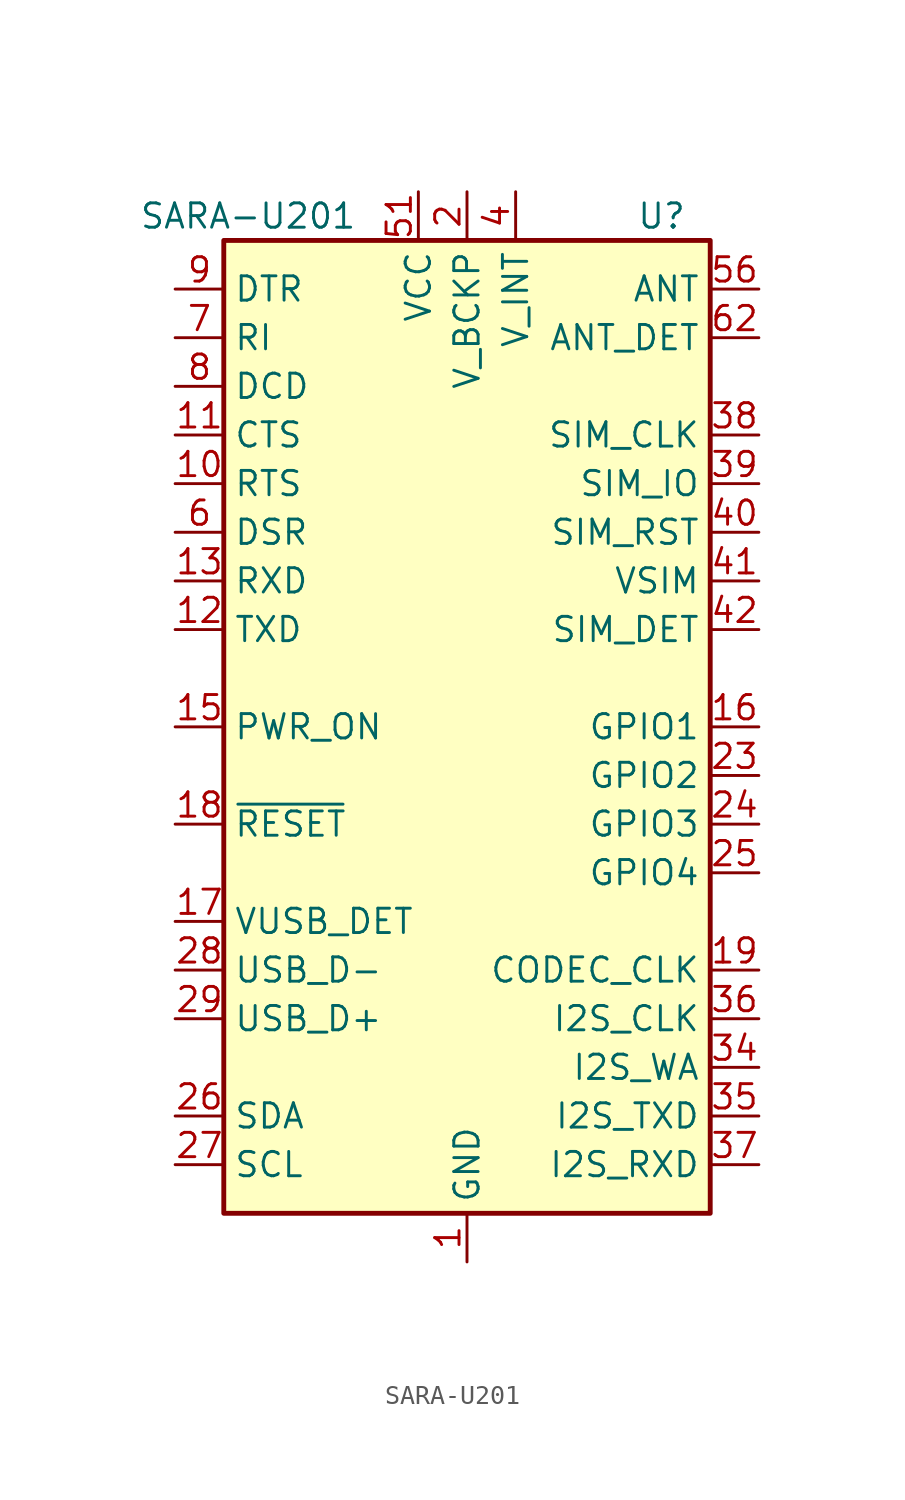
<source format=kicad_sym>
(kicad_symbol_lib
  (version 20200908)
  (generator kicad_symbol_editor)
  (symbol "RF_GSM:SARA-U201"
    (property "Reference" "U"
      (at 10.16 26.67 0)
      (effects (font (size 1.27 1.27))))
    (property "Value" "SARA-U201"
      (at -11.43 26.67 0)
      (effects (font (size 1.27 1.27))))
    (symbol "SARA-U201_0_1"
      (rectangle (start -12.7 25.4) (end 12.7 -25.4) (stroke (width 0.254)) (fill (type background))))
    (symbol "SARA-U201_1_1"
      (pin power_in line (at 0 -27.94 90) (length 2.54) (name "GND" (effects (font (size 1.27 1.27)))) (number "1" (effects (font (size 1.27 1.27)))))
      (pin input line (at -15.24 12.7 0) (length 2.54) (name "RTS" (effects (font (size 1.27 1.27)))) (number "10" (effects (font (size 1.27 1.27)))))
      (pin output line (at -15.24 15.24 0) (length 2.54) (name "CTS" (effects (font (size 1.27 1.27)))) (number "11" (effects (font (size 1.27 1.27)))))
      (pin input line (at -15.24 5.08 0) (length 2.54) (name "TXD" (effects (font (size 1.27 1.27)))) (number "12" (effects (font (size 1.27 1.27)))))
      (pin output line (at -15.24 7.62 0) (length 2.54) (name "RXD" (effects (font (size 1.27 1.27)))) (number "13" (effects (font (size 1.27 1.27)))))
      (pin passive line (at 0 -27.94 90) (length 2.54) hide (name "GND" (effects (font (size 1.27 1.27)))) (number "14" (effects (font (size 1.27 1.27)))))
      (pin input line (at -15.24 0 0) (length 2.54) (name "PWR_ON" (effects (font (size 1.27 1.27)))) (number "15" (effects (font (size 1.27 1.27)))))
      (pin bidirectional line (at 15.24 0 180) (length 2.54) (name "GPIO1" (effects (font (size 1.27 1.27)))) (number "16" (effects (font (size 1.27 1.27)))))
      (pin input line (at -15.24 -10.16 0) (length 2.54) (name "VUSB_DET" (effects (font (size 1.27 1.27)))) (number "17" (effects (font (size 1.27 1.27)))))
      (pin input line (at -15.24 -5.08 0) (length 2.54) (name "~RESET" (effects (font (size 1.27 1.27)))) (number "18" (effects (font (size 1.27 1.27)))))
      (pin output line (at 15.24 -12.7 180) (length 2.54) (name "CODEC_CLK" (effects (font (size 1.27 1.27)))) (number "19" (effects (font (size 1.27 1.27)))))
      (pin power_out line (at 0 27.94 270) (length 2.54) (name "V_BCKP" (effects (font (size 1.27 1.27)))) (number "2" (effects (font (size 1.27 1.27)))))
      (pin passive line (at 0 -27.94 90) (length 2.54) hide (name "GND" (effects (font (size 1.27 1.27)))) (number "20" (effects (font (size 1.27 1.27)))))
      (pin passive line (at 0 -27.94 90) (length 2.54) hide (name "GND" (effects (font (size 1.27 1.27)))) (number "21" (effects (font (size 1.27 1.27)))))
      (pin passive line (at 0 -27.94 90) (length 2.54) hide (name "GND" (effects (font (size 1.27 1.27)))) (number "22" (effects (font (size 1.27 1.27)))))
      (pin bidirectional line (at 15.24 -2.54 180) (length 2.54) (name "GPIO2" (effects (font (size 1.27 1.27)))) (number "23" (effects (font (size 1.27 1.27)))))
      (pin bidirectional line (at 15.24 -5.08 180) (length 2.54) (name "GPIO3" (effects (font (size 1.27 1.27)))) (number "24" (effects (font (size 1.27 1.27)))))
      (pin bidirectional line (at 15.24 -7.62 180) (length 2.54) (name "GPIO4" (effects (font (size 1.27 1.27)))) (number "25" (effects (font (size 1.27 1.27)))))
      (pin bidirectional line (at -15.24 -20.32 0) (length 2.54) (name "SDA" (effects (font (size 1.27 1.27)))) (number "26" (effects (font (size 1.27 1.27)))))
      (pin output line (at -15.24 -22.86 0) (length 2.54) (name "SCL" (effects (font (size 1.27 1.27)))) (number "27" (effects (font (size 1.27 1.27)))))
      (pin bidirectional line (at -15.24 -12.7 0) (length 2.54) (name "USB_D-" (effects (font (size 1.27 1.27)))) (number "28" (effects (font (size 1.27 1.27)))))
      (pin bidirectional line (at -15.24 -15.24 0) (length 2.54) (name "USB_D+" (effects (font (size 1.27 1.27)))) (number "29" (effects (font (size 1.27 1.27)))))
      (pin passive line (at 0 -27.94 90) (length 2.54) hide (name "GND" (effects (font (size 1.27 1.27)))) (number "3" (effects (font (size 1.27 1.27)))))
      (pin passive line (at 0 -27.94 90) (length 2.54) hide (name "GND" (effects (font (size 1.27 1.27)))) (number "30" (effects (font (size 1.27 1.27)))))
      (pin unconnected line (at -12.7 2.54 0) (length 2.54) hide (name "RSVD" (effects (font (size 1.27 1.27)))) (number "31" (effects (font (size 1.27 1.27)))))
      (pin passive line (at 0 -27.94 90) (length 2.54) hide (name "GND" (effects (font (size 1.27 1.27)))) (number "32" (effects (font (size 1.27 1.27)))))
      (pin unconnected line (at -12.7 -2.54 0) (length 2.54) hide (name "RSVD" (effects (font (size 1.27 1.27)))) (number "33" (effects (font (size 1.27 1.27)))))
      (pin bidirectional line (at 15.24 -17.78 180) (length 2.54) (name "I2S_WA" (effects (font (size 1.27 1.27)))) (number "34" (effects (font (size 1.27 1.27)))))
      (pin output line (at 15.24 -20.32 180) (length 2.54) (name "I2S_TXD" (effects (font (size 1.27 1.27)))) (number "35" (effects (font (size 1.27 1.27)))))
      (pin output line (at 15.24 -15.24 180) (length 2.54) (name "I2S_CLK" (effects (font (size 1.27 1.27)))) (number "36" (effects (font (size 1.27 1.27)))))
      (pin input line (at 15.24 -22.86 180) (length 2.54) (name "I2S_RXD" (effects (font (size 1.27 1.27)))) (number "37" (effects (font (size 1.27 1.27)))))
      (pin output line (at 15.24 15.24 180) (length 2.54) (name "SIM_CLK" (effects (font (size 1.27 1.27)))) (number "38" (effects (font (size 1.27 1.27)))))
      (pin bidirectional line (at 15.24 12.7 180) (length 2.54) (name "SIM_IO" (effects (font (size 1.27 1.27)))) (number "39" (effects (font (size 1.27 1.27)))))
      (pin power_out line (at 2.54 27.94 270) (length 2.54) (name "V_INT" (effects (font (size 1.27 1.27)))) (number "4" (effects (font (size 1.27 1.27)))))
      (pin output line (at 15.24 10.16 180) (length 2.54) (name "SIM_RST" (effects (font (size 1.27 1.27)))) (number "40" (effects (font (size 1.27 1.27)))))
      (pin power_out line (at 15.24 7.62 180) (length 2.54) (name "VSIM" (effects (font (size 1.27 1.27)))) (number "41" (effects (font (size 1.27 1.27)))))
      (pin input line (at 15.24 5.08 180) (length 2.54) (name "SIM_DET" (effects (font (size 1.27 1.27)))) (number "42" (effects (font (size 1.27 1.27)))))
      (pin passive line (at 0 -27.94 90) (length 2.54) hide (name "GND" (effects (font (size 1.27 1.27)))) (number "43" (effects (font (size 1.27 1.27)))))
      (pin unconnected line (at -12.7 -7.62 0) (length 2.54) hide (name "RSVD" (effects (font (size 1.27 1.27)))) (number "44" (effects (font (size 1.27 1.27)))))
      (pin unconnected line (at -12.7 -17.78 0) (length 2.54) hide (name "RSVD" (effects (font (size 1.27 1.27)))) (number "45" (effects (font (size 1.27 1.27)))))
      (pin unconnected line (at -2.54 -25.4 90) (length 2.54) hide (name "RSVD" (effects (font (size 1.27 1.27)))) (number "46" (effects (font (size 1.27 1.27)))))
      (pin unconnected line (at 12.7 -10.16 180) (length 2.54) hide (name "RSVD" (effects (font (size 1.27 1.27)))) (number "47" (effects (font (size 1.27 1.27)))))
      (pin unconnected line (at 12.7 2.54 180) (length 2.54) hide (name "RSVD" (effects (font (size 1.27 1.27)))) (number "48" (effects (font (size 1.27 1.27)))))
      (pin unconnected line (at 12.7 17.78 180) (length 2.54) hide (name "RSVD" (effects (font (size 1.27 1.27)))) (number "49" (effects (font (size 1.27 1.27)))))
      (pin passive line (at 0 -27.94 90) (length 2.54) hide (name "GND" (effects (font (size 1.27 1.27)))) (number "5" (effects (font (size 1.27 1.27)))))
      (pin passive line (at 0 -27.94 90) (length 2.54) hide (name "GND" (effects (font (size 1.27 1.27)))) (number "50" (effects (font (size 1.27 1.27)))))
      (pin power_in line (at -2.54 27.94 270) (length 2.54) (name "VCC" (effects (font (size 1.27 1.27)))) (number "51" (effects (font (size 1.27 1.27)))))
      (pin passive line (at -2.54 27.94 270) (length 2.54) hide (name "VCC" (effects (font (size 1.27 1.27)))) (number "52" (effects (font (size 1.27 1.27)))))
      (pin passive line (at -2.54 27.94 270) (length 2.54) hide (name "VCC" (effects (font (size 1.27 1.27)))) (number "53" (effects (font (size 1.27 1.27)))))
      (pin passive line (at 0 -27.94 90) (length 2.54) hide (name "GND" (effects (font (size 1.27 1.27)))) (number "54" (effects (font (size 1.27 1.27)))))
      (pin passive line (at 0 -27.94 90) (length 2.54) hide (name "GND" (effects (font (size 1.27 1.27)))) (number "55" (effects (font (size 1.27 1.27)))))
      (pin passive line (at 15.24 22.86 180) (length 2.54) (name "ANT" (effects (font (size 1.27 1.27)))) (number "56" (effects (font (size 1.27 1.27)))))
      (pin passive line (at 0 -27.94 90) (length 2.54) hide (name "GND" (effects (font (size 1.27 1.27)))) (number "57" (effects (font (size 1.27 1.27)))))
      (pin passive line (at 0 -27.94 90) (length 2.54) hide (name "GND" (effects (font (size 1.27 1.27)))) (number "58" (effects (font (size 1.27 1.27)))))
      (pin passive line (at 0 -27.94 90) (length 2.54) hide (name "GND" (effects (font (size 1.27 1.27)))) (number "59" (effects (font (size 1.27 1.27)))))
      (pin output line (at -15.24 10.16 0) (length 2.54) (name "DSR" (effects (font (size 1.27 1.27)))) (number "6" (effects (font (size 1.27 1.27)))))
      (pin passive line (at 0 -27.94 90) (length 2.54) hide (name "GND" (effects (font (size 1.27 1.27)))) (number "60" (effects (font (size 1.27 1.27)))))
      (pin passive line (at 0 -27.94 90) (length 2.54) hide (name "GND" (effects (font (size 1.27 1.27)))) (number "61" (effects (font (size 1.27 1.27)))))
      (pin input line (at 15.24 20.32 180) (length 2.54) (name "ANT_DET" (effects (font (size 1.27 1.27)))) (number "62" (effects (font (size 1.27 1.27)))))
      (pin passive line (at 0 -27.94 90) (length 2.54) hide (name "GND" (effects (font (size 1.27 1.27)))) (number "63" (effects (font (size 1.27 1.27)))))
      (pin passive line (at 0 -27.94 90) (length 2.54) hide (name "GND" (effects (font (size 1.27 1.27)))) (number "64" (effects (font (size 1.27 1.27)))))
      (pin passive line (at 0 -27.94 90) (length 2.54) hide (name "GND" (effects (font (size 1.27 1.27)))) (number "65" (effects (font (size 1.27 1.27)))))
      (pin passive line (at 0 -27.94 90) (length 2.54) hide (name "GND" (effects (font (size 1.27 1.27)))) (number "66" (effects (font (size 1.27 1.27)))))
      (pin passive line (at 0 -27.94 90) (length 2.54) hide (name "GND" (effects (font (size 1.27 1.27)))) (number "67" (effects (font (size 1.27 1.27)))))
      (pin passive line (at 0 -27.94 90) (length 2.54) hide (name "GND" (effects (font (size 1.27 1.27)))) (number "68" (effects (font (size 1.27 1.27)))))
      (pin passive line (at 0 -27.94 90) (length 2.54) hide (name "GND" (effects (font (size 1.27 1.27)))) (number "69" (effects (font (size 1.27 1.27)))))
      (pin output line (at -15.24 20.32 0) (length 2.54) (name "RI" (effects (font (size 1.27 1.27)))) (number "7" (effects (font (size 1.27 1.27)))))
      (pin passive line (at 0 -27.94 90) (length 2.54) hide (name "GND" (effects (font (size 1.27 1.27)))) (number "70" (effects (font (size 1.27 1.27)))))
      (pin passive line (at 0 -27.94 90) (length 2.54) hide (name "GND" (effects (font (size 1.27 1.27)))) (number "71" (effects (font (size 1.27 1.27)))))
      (pin passive line (at 0 -27.94 90) (length 2.54) hide (name "GND" (effects (font (size 1.27 1.27)))) (number "72" (effects (font (size 1.27 1.27)))))
      (pin passive line (at 0 -27.94 90) (length 2.54) hide (name "GND" (effects (font (size 1.27 1.27)))) (number "73" (effects (font (size 1.27 1.27)))))
      (pin passive line (at 0 -27.94 90) (length 2.54) hide (name "GND" (effects (font (size 1.27 1.27)))) (number "74" (effects (font (size 1.27 1.27)))))
      (pin passive line (at 0 -27.94 90) (length 2.54) hide (name "GND" (effects (font (size 1.27 1.27)))) (number "75" (effects (font (size 1.27 1.27)))))
      (pin passive line (at 0 -27.94 90) (length 2.54) hide (name "GND" (effects (font (size 1.27 1.27)))) (number "76" (effects (font (size 1.27 1.27)))))
      (pin passive line (at 0 -27.94 90) (length 2.54) hide (name "GND" (effects (font (size 1.27 1.27)))) (number "77" (effects (font (size 1.27 1.27)))))
      (pin passive line (at 0 -27.94 90) (length 2.54) hide (name "GND" (effects (font (size 1.27 1.27)))) (number "78" (effects (font (size 1.27 1.27)))))
      (pin passive line (at 0 -27.94 90) (length 2.54) hide (name "GND" (effects (font (size 1.27 1.27)))) (number "79" (effects (font (size 1.27 1.27)))))
      (pin output line (at -15.24 17.78 0) (length 2.54) (name "DCD" (effects (font (size 1.27 1.27)))) (number "8" (effects (font (size 1.27 1.27)))))
      (pin passive line (at 0 -27.94 90) (length 2.54) hide (name "GND" (effects (font (size 1.27 1.27)))) (number "80" (effects (font (size 1.27 1.27)))))
      (pin passive line (at 0 -27.94 90) (length 2.54) hide (name "GND" (effects (font (size 1.27 1.27)))) (number "81" (effects (font (size 1.27 1.27)))))
      (pin passive line (at 0 -27.94 90) (length 2.54) hide (name "GND" (effects (font (size 1.27 1.27)))) (number "82" (effects (font (size 1.27 1.27)))))
      (pin passive line (at 0 -27.94 90) (length 2.54) hide (name "GND" (effects (font (size 1.27 1.27)))) (number "83" (effects (font (size 1.27 1.27)))))
      (pin passive line (at 0 -27.94 90) (length 2.54) hide (name "GND" (effects (font (size 1.27 1.27)))) (number "84" (effects (font (size 1.27 1.27)))))
      (pin passive line (at 0 -27.94 90) (length 2.54) hide (name "GND" (effects (font (size 1.27 1.27)))) (number "85" (effects (font (size 1.27 1.27)))))
      (pin passive line (at 0 -27.94 90) (length 2.54) hide (name "GND" (effects (font (size 1.27 1.27)))) (number "86" (effects (font (size 1.27 1.27)))))
      (pin passive line (at 0 -27.94 90) (length 2.54) hide (name "GND" (effects (font (size 1.27 1.27)))) (number "87" (effects (font (size 1.27 1.27)))))
      (pin passive line (at 0 -27.94 90) (length 2.54) hide (name "GND" (effects (font (size 1.27 1.27)))) (number "88" (effects (font (size 1.27 1.27)))))
      (pin passive line (at 0 -27.94 90) (length 2.54) hide (name "GND" (effects (font (size 1.27 1.27)))) (number "89" (effects (font (size 1.27 1.27)))))
      (pin input line (at -15.24 22.86 0) (length 2.54) (name "DTR" (effects (font (size 1.27 1.27)))) (number "9" (effects (font (size 1.27 1.27)))))
      (pin passive line (at 0 -27.94 90) (length 2.54) hide (name "GND" (effects (font (size 1.27 1.27)))) (number "90" (effects (font (size 1.27 1.27)))))
      (pin passive line (at 0 -27.94 90) (length 2.54) hide (name "GND" (effects (font (size 1.27 1.27)))) (number "91" (effects (font (size 1.27 1.27)))))
      (pin passive line (at 0 -27.94 90) (length 2.54) hide (name "GND" (effects (font (size 1.27 1.27)))) (number "92" (effects (font (size 1.27 1.27)))))
      (pin passive line (at 0 -27.94 90) (length 2.54) hide (name "GND" (effects (font (size 1.27 1.27)))) (number "93" (effects (font (size 1.27 1.27)))))
      (pin passive line (at 0 -27.94 90) (length 2.54) hide (name "GND" (effects (font (size 1.27 1.27)))) (number "94" (effects (font (size 1.27 1.27)))))
      (pin passive line (at 0 -27.94 90) (length 2.54) hide (name "GND" (effects (font (size 1.27 1.27)))) (number "95" (effects (font (size 1.27 1.27)))))
      (pin passive line (at 0 -27.94 90) (length 2.54) hide (name "GND" (effects (font (size 1.27 1.27)))) (number "96" (effects (font (size 1.27 1.27))))))))
</source>
